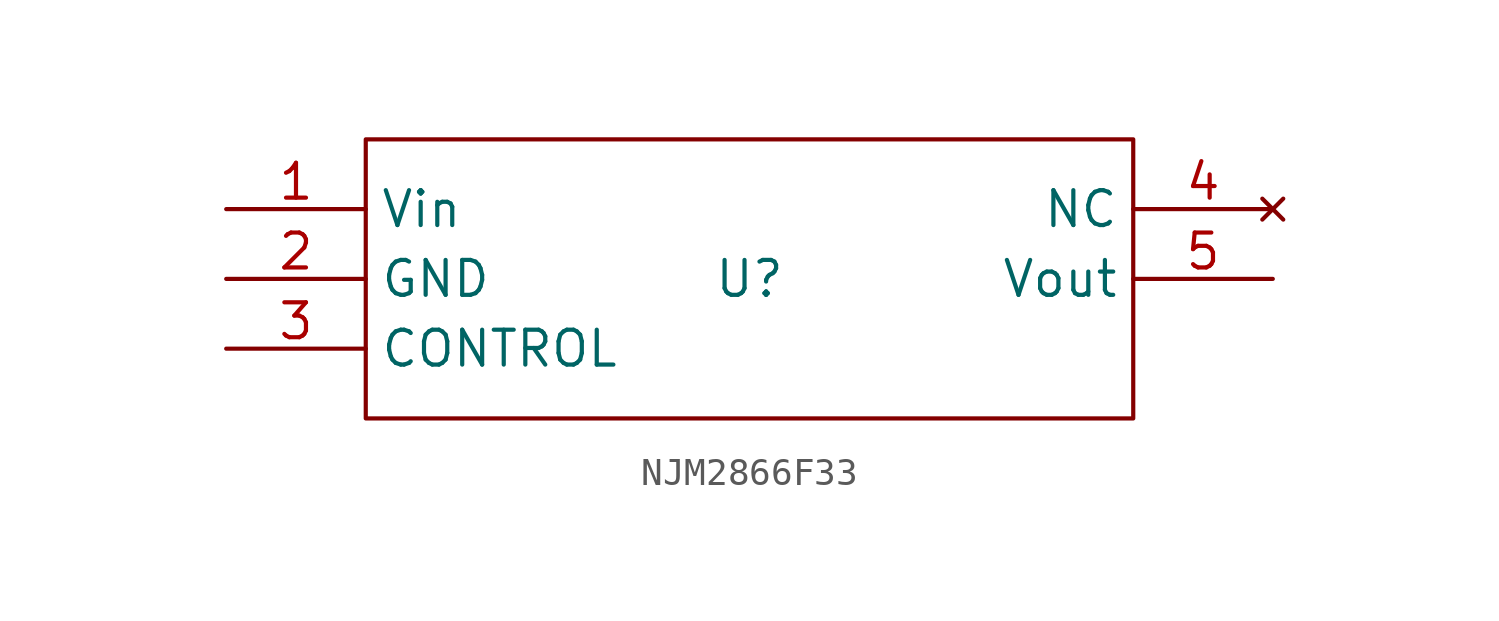
<source format=kicad_sym>
(kicad_symbol_lib
  (version 20231120)
  (generator "kicad_symbol_editor")
  (generator_version "8.0")
  (symbol "NJM2866F33"
    (property "Reference" "U"
      (at 0 0 0)
      (effects (font (size 1.27 1.27))))
    (property "Value" ""
      (at 0 0 0)
      (effects (font (size 1.27 1.27))))
    (symbol "NJM2866F33_0_1"
      (polyline (pts (xy -13.97 5.08) (xy 13.97 5.08) (xy 13.97 -5.08) (xy -13.97 -5.08) (xy -13.97 5.08)) (stroke (width 0.152) (type solid)) (fill (type none))))
    (symbol "NJM2866F33_1_0"
      (pin power_in line (at -19.05 2.54 0) (length 5.08) (name "Vin" (effects (font (size 1.27 1.27)))) (number "1" (effects (font (size 1.27 1.27)))))
      (pin input line (at -19.05 0 0) (length 5.08) (name "GND" (effects (font (size 1.27 1.27)))) (number "2" (effects (font (size 1.27 1.27)))))
      (pin input line (at -19.05 -2.54 0) (length 5.08) (name "CONTROL" (effects (font (size 1.27 1.27)))) (number "3" (effects (font (size 1.27 1.27)))))
      (pin no_connect line (at 19.05 2.54 180) (length 5.08) (name "NC" (effects (font (size 1.27 1.27)))) (number "4" (effects (font (size 1.27 1.27)))))
      (pin power_out line (at 19.05 0 180) (length 5.08) (name "Vout" (effects (font (size 1.27 1.27)))) (number "5" (effects (font (size 1.27 1.27))))))))
</source>
